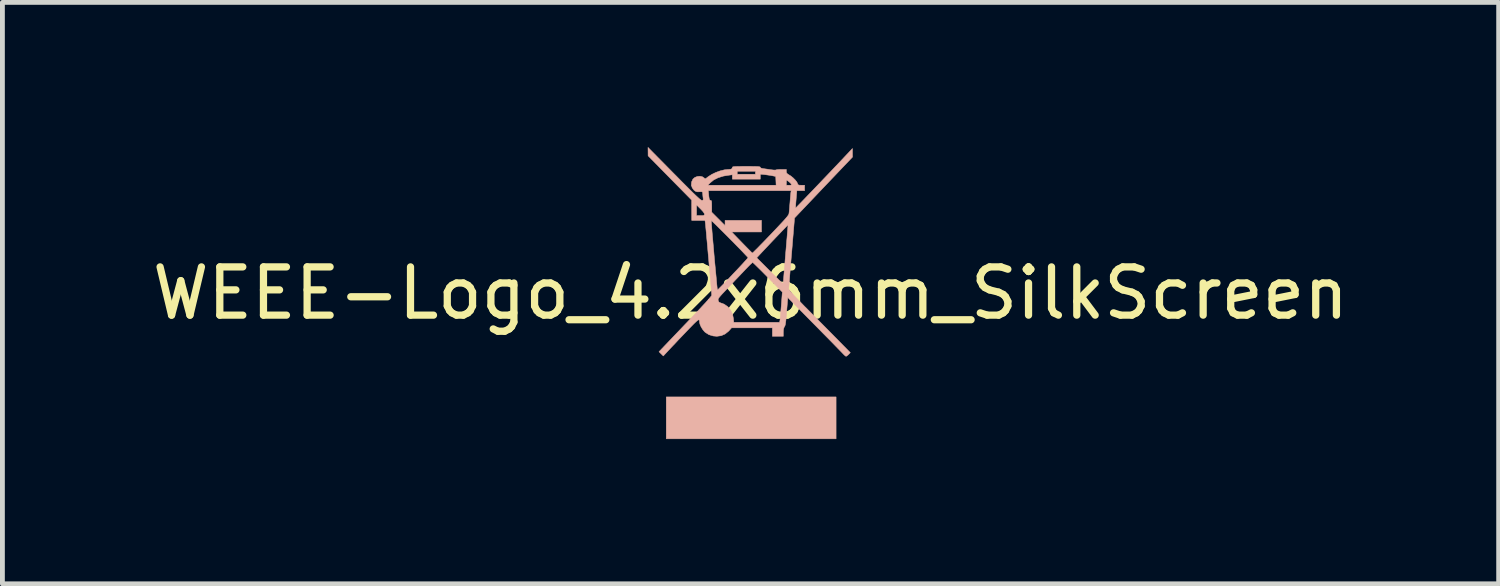
<source format=kicad_pcb>
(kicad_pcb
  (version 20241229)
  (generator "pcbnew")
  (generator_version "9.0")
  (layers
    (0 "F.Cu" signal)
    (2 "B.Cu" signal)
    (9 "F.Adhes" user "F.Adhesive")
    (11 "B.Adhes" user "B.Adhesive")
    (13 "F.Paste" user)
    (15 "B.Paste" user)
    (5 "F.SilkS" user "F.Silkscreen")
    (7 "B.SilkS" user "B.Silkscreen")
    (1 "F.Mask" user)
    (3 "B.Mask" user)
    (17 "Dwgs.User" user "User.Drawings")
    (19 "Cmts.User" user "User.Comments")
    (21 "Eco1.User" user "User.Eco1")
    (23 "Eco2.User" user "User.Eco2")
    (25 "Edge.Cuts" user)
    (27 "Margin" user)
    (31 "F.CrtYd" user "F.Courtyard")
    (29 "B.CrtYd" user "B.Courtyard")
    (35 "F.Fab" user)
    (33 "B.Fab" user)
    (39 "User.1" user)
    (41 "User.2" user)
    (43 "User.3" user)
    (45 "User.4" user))
  (footprint "WEEE-Logo_4.2x6mm_SilkScreen"
    (layer "F.Cu")
    (at 11.858 3.027)
    (property "Reference" "WEEE-Logo_4.2x6mm_SilkScreen" (at 0.648 0 0) (layer "F.SilkS") (effects (font (size 1 1) (thickness 0.15))))
    (attr exclude_from_pos_files exclude_from_bom allow_missing_courtyard)
    (fp_poly (pts (xy -1.099 3.018) (xy 2.421 3.018) (xy 2.421 2.15) (xy -1.099 2.15) (xy -1.099 3.018)) (stroke (width 0.01) (type solid)) (fill yes) (layer "B.SilkS"))
    (fp_poly (pts (xy -1.476 -2.935) (xy -1.475 -2.848) (xy -1.024 -2.389) (xy -0.572 -1.93) (xy -0.572 -1.72) (xy -0.571 -1.509) (xy -0.296 -1.509) (xy -0.289 -1.455) (xy -0.286 -1.431) (xy -0.282 -1.385) (xy -0.276 -1.321) (xy -0.268 -1.24) (xy -0.26 -1.146) (xy -0.25 -1.041) (xy -0.24 -0.929) (xy -0.23 -0.811) (xy -0.219 -0.692) (xy -0.209 -0.572) (xy -0.198 -0.456) (xy -0.189 -0.345) (xy -0.18 -0.243) (xy -0.172 -0.153) (xy -0.166 -0.076) (xy -0.161 -0.017) (xy -0.158 0.024) (xy -0.157 0.042) (xy -0.157 0.042) (xy -0.164 0.056) (xy -0.188 0.086) (xy -0.226 0.131) (xy -0.281 0.193) (xy -0.353 0.27) (xy -0.441 0.365) (xy -0.546 0.476) (xy -0.668 0.605) (xy -0.703 0.641) (xy -1.249 1.213) (xy -1.16 1.301) (xy -1.089 1.224) (xy -1.063 1.196) (xy -1.022 1.152) (xy -0.969 1.096) (xy -0.907 1.031) (xy -0.839 0.958) (xy -0.766 0.882) (xy -0.723 0.837) (xy -0.641 0.751) (xy -0.575 0.683) (xy -0.523 0.63) (xy -0.483 0.592) (xy -0.454 0.567) (xy -0.434 0.554) (xy -0.421 0.552) (xy -0.414 0.56) (xy -0.41 0.575) (xy -0.409 0.598) (xy -0.409 0.604) (xy -0.399 0.647) (xy -0.376 0.699) (xy -0.344 0.751) (xy -0.307 0.796) (xy -0.292 0.81) (xy -0.216 0.859) (xy -0.128 0.886) (xy -0.05 0.893) (xy 0.039 0.881) (xy 0.121 0.845) (xy 0.193 0.787) (xy 0.207 0.772) (xy 0.255 0.717) (xy 1.101 0.717) (xy 1.101 0.893) (xy 1.327 0.893) (xy 1.327 0.811) (xy 1.33 0.754) (xy 1.34 0.715) (xy 1.351 0.694) (xy 1.36 0.679) (xy 1.367 0.657) (xy 1.373 0.625) (xy 1.379 0.58) (xy 1.386 0.518) (xy 1.393 0.436) (xy 1.397 0.375) (xy 1.42 0.089) (xy 1.962 0.639) (xy 2.06 0.738) (xy 2.154 0.834) (xy 2.243 0.924) (xy 2.324 1.006) (xy 2.396 1.08) (xy 2.457 1.143) (xy 2.506 1.193) (xy 2.54 1.228) (xy 2.559 1.248) (xy 2.589 1.279) (xy 2.614 1.301) (xy 2.628 1.308) (xy 2.645 1.299) (xy 2.671 1.278) (xy 2.679 1.27) (xy 2.716 1.232) (xy 2.515 1.028) (xy 2.464 0.976) (xy 2.398 0.909) (xy 2.32 0.83) (xy 2.233 0.742) (xy 2.14 0.648) (xy 2.044 0.551) (xy 1.947 0.453) (xy 1.878 0.383) (xy 1.772 0.277) (xy 1.684 0.186) (xy 1.611 0.111) (xy 1.552 0.05) (xy 1.508 0.001) (xy 1.485 -0.024) (xy 1.307 -0.024) (xy 1.285 0.262) (xy 1.278 0.345) (xy 1.272 0.422) (xy 1.266 0.487) (xy 1.261 0.537) (xy 1.257 0.568) (xy 1.256 0.575) (xy 1.249 0.604) (xy 0.3 0.604) (xy 0.293 0.525) (xy 0.274 0.431) (xy 0.234 0.349) (xy 0.176 0.28) (xy 0.102 0.228) (xy 0.018 0.197) (xy -0.009 0.182) (xy -0.022 0.151) (xy -0.023 0.149) (xy -0.024 0.136) (xy -0.022 0.123) (xy -0.015 0.106) (xy 0.000416 0.084) (xy 0.025 0.055) (xy 0.061 0.015) (xy 0.111 -0.038) (xy 0.176 -0.107) (xy 0.18 -0.111) (xy 0.25 -0.184) (xy 0.324 -0.263) (xy 0.398 -0.34) (xy 0.466 -0.412) (xy 0.523 -0.472) (xy 0.535 -0.485) (xy 0.584 -0.536) (xy 0.627 -0.58) (xy 0.662 -0.613) (xy 0.685 -0.633) (xy 0.693 -0.637) (xy 0.704 -0.628) (xy 0.731 -0.603) (xy 0.771 -0.564) (xy 0.823 -0.513) (xy 0.884 -0.453) (xy 0.951 -0.385) (xy 1.006 -0.329) (xy 1.307 -0.024) (xy 1.485 -0.024) (xy 1.475 -0.036) (xy 1.454 -0.062) (xy 1.443 -0.08) (xy 1.44 -0.088) (xy 1.441 -0.106) (xy 1.444 -0.147) (xy 1.449 -0.208) (xy 1.455 -0.287) (xy 1.462 -0.382) (xy 1.471 -0.49) (xy 1.481 -0.609) (xy 1.491 -0.737) (xy 1.5 -0.839) (xy 1.548 -1.415) (xy 1.424 -1.415) (xy 1.424 -1.403) (xy 1.421 -1.368) (xy 1.417 -1.313) (xy 1.411 -1.24) (xy 1.404 -1.152) (xy 1.395 -1.052) (xy 1.386 -0.941) (xy 1.377 -0.836) (xy 1.367 -0.717) (xy 1.358 -0.604) (xy 1.349 -0.501) (xy 1.342 -0.41) (xy 1.336 -0.333) (xy 1.331 -0.274) (xy 1.328 -0.235) (xy 1.328 -0.22) (xy 1.326 -0.211) (xy 1.322 -0.207) (xy 1.312 -0.211) (xy 1.295 -0.223) (xy 1.269 -0.245) (xy 1.232 -0.28) (xy 1.183 -0.328) (xy 1.119 -0.391) (xy 1.052 -0.458) (xy 0.776 -0.734) (xy 0.778 -0.736) (xy 0.596 -0.736) (xy 0.587 -0.724) (xy 0.564 -0.697) (xy 0.528 -0.658) (xy 0.482 -0.607) (xy 0.428 -0.549) (xy 0.368 -0.485) (xy 0.305 -0.419) (xy 0.241 -0.351) (xy 0.179 -0.285) (xy 0.12 -0.224) (xy 0.067 -0.169) (xy 0.022 -0.124) (xy -0.012 -0.09) (xy -0.032 -0.07) (xy -0.038 -0.066) (xy -0.04 -0.079) (xy -0.044 -0.115) (xy -0.05 -0.171) (xy -0.057 -0.246) (xy -0.065 -0.337) (xy -0.075 -0.441) (xy -0.086 -0.557) (xy -0.098 -0.683) (xy -0.107 -0.784) (xy -0.118 -0.916) (xy -0.129 -1.039) (xy -0.139 -1.153) (xy -0.148 -1.255) (xy -0.155 -1.343) (xy -0.16 -1.413) (xy -0.164 -1.465) (xy -0.165 -1.496) (xy -0.165 -1.504) (xy -0.155 -1.497) (xy -0.13 -1.474) (xy -0.092 -1.438) (xy -0.043 -1.39) (xy 0.015 -1.332) (xy 0.08 -1.268) (xy 0.148 -1.2) (xy 0.219 -1.128) (xy 0.29 -1.057) (xy 0.358 -0.987) (xy 0.422 -0.922) (xy 0.479 -0.863) (xy 0.527 -0.812) (xy 0.564 -0.773) (xy 0.588 -0.747) (xy 0.596 -0.736) (xy 0.778 -0.736) (xy 0.879 -0.844) (xy 0.931 -0.9) (xy 0.99 -0.962) (xy 1.053 -1.029) (xy 1.117 -1.097) (xy 1.181 -1.164) (xy 1.243 -1.228) (xy 1.299 -1.287) (xy 1.347 -1.337) (xy 1.386 -1.377) (xy 1.412 -1.404) (xy 1.424 -1.415) (xy 1.424 -1.415) (xy 1.548 -1.415) (xy 1.56 -1.559) (xy 2.16 -2.191) (xy 2.761 -2.822) (xy 2.76 -2.911) (xy 2.76 -2.999) (xy 2.663 -2.895) (xy 2.609 -2.838) (xy 2.545 -2.77) (xy 2.472 -2.693) (xy 2.394 -2.611) (xy 2.311 -2.523) (xy 2.225 -2.433) (xy 2.138 -2.342) (xy 2.051 -2.251) (xy 1.967 -2.163) (xy 1.886 -2.079) (xy 1.812 -2.002) (xy 1.745 -1.932) (xy 1.687 -1.872) (xy 1.64 -1.824) (xy 1.606 -1.789) (xy 1.586 -1.77) (xy 1.582 -1.766) (xy 1.581 -1.779) (xy 1.583 -1.813) (xy 1.586 -1.862) (xy 1.591 -1.923) (xy 1.593 -1.947) (xy 1.608 -2.125) (xy 1.491 -2.125) (xy 1.485 -2.097) (xy 1.482 -2.074) (xy 1.478 -2.032) (xy 1.473 -1.976) (xy 1.468 -1.91) (xy 1.466 -1.886) (xy 1.46 -1.817) (xy 1.455 -1.752) (xy 1.45 -1.698) (xy 1.446 -1.662) (xy 1.445 -1.655) (xy 1.442 -1.642) (xy 1.435 -1.626) (xy 1.422 -1.606) (xy 1.402 -1.58) (xy 1.374 -1.547) (xy 1.336 -1.504) (xy 1.286 -1.45) (xy 1.223 -1.383) (xy 1.146 -1.301) (xy 1.067 -1.218) (xy 0.988 -1.136) (xy 0.915 -1.06) (xy 0.848 -0.992) (xy 0.791 -0.933) (xy 0.744 -0.887) (xy 0.71 -0.853) (xy 0.69 -0.835) (xy 0.686 -0.833) (xy 0.674 -0.842) (xy 0.648 -0.868) (xy 0.61 -0.906) (xy 0.562 -0.955) (xy 0.506 -1.012) (xy 0.466 -1.053) (xy 0.256 -1.27) (xy 0.875 -1.27) (xy 0.875 -1.509) (xy 0.12 -1.509) (xy 0.12 -1.402) (xy -0.018 -1.54) (xy -0.116 -1.638) (xy -0.307 -1.638) (xy -0.309 -1.623) (xy -0.318 -1.614) (xy -0.341 -1.61) (xy -0.382 -1.61) (xy -0.389 -1.61) (xy -0.471 -1.61) (xy -0.471 -1.829) (xy -0.389 -1.748) (xy -0.343 -1.699) (xy -0.315 -1.661) (xy -0.307 -1.638) (xy -0.116 -1.638) (xy -0.156 -1.678) (xy -0.156 -1.801) (xy -0.157 -1.858) (xy -0.159 -1.893) (xy -0.163 -1.913) (xy -0.17 -1.922) (xy -0.181 -1.924) (xy -0.193 -1.927) (xy -0.202 -1.937) (xy -0.209 -1.96) (xy -0.215 -1.998) (xy -0.221 -2.057) (xy -0.223 -2.078) (xy -0.227 -2.125) (xy 1.491 -2.125) (xy 1.608 -2.125) (xy 1.768 -2.125) (xy 1.768 -2.238) (xy 1.7 -2.238) (xy 1.66 -2.239) (xy 1.639 -2.245) (xy 1.636 -2.248) (xy 1.497 -2.248) (xy 1.49 -2.241) (xy 1.464 -2.238) (xy 1.447 -2.238) (xy 1.39 -2.238) (xy 1.178 -2.238) (xy -0.237 -2.238) (xy -0.189 -2.287) (xy -0.115 -2.348) (xy -0.023 -2.394) (xy 0.088 -2.428) (xy 0.199 -2.446) (xy 0.271 -2.455) (xy 0.271 -2.364) (xy 0.85 -2.364) (xy 0.85 -2.467) (xy 0.934 -2.459) (xy 0.994 -2.451) (xy 1.057 -2.442) (xy 1.095 -2.435) (xy 1.17 -2.42) (xy 1.174 -2.329) (xy 1.178 -2.238) (xy 1.39 -2.238) (xy 1.39 -2.289) (xy 1.392 -2.32) (xy 1.396 -2.338) (xy 1.398 -2.339) (xy 1.416 -2.331) (xy 1.444 -2.311) (xy 1.471 -2.287) (xy 1.49 -2.265) (xy 1.491 -2.262) (xy 1.497 -2.248) (xy 1.636 -2.248) (xy 1.628 -2.257) (xy 1.624 -2.27) (xy 1.607 -2.305) (xy 1.574 -2.347) (xy 1.53 -2.391) (xy 1.483 -2.429) (xy 1.451 -2.449) (xy 1.416 -2.471) (xy 1.397 -2.49) (xy 1.391 -2.511) (xy 1.39 -2.524) (xy 1.39 -2.527) (xy 0.749 -2.527) (xy 0.749 -2.465) (xy 0.372 -2.465) (xy 0.372 -2.527) (xy 0.749 -2.527) (xy 1.39 -2.527) (xy 1.39 -2.565) (xy 1.284 -2.565) (xy 1.236 -2.564) (xy 1.198 -2.561) (xy 1.177 -2.556) (xy 1.174 -2.555) (xy 1.161 -2.552) (xy 1.128 -2.553) (xy 1.082 -2.558) (xy 1.051 -2.562) (xy 0.994 -2.571) (xy 0.941 -2.578) (xy 0.902 -2.584) (xy 0.89 -2.586) (xy 0.86 -2.595) (xy 0.85 -2.61) (xy 0.846 -2.616) (xy 0.835 -2.62) (xy 0.812 -2.624) (xy 0.775 -2.626) (xy 0.721 -2.627) (xy 0.647 -2.628) (xy 0.56 -2.628) (xy 0.468 -2.628) (xy 0.397 -2.627) (xy 0.346 -2.626) (xy 0.311 -2.624) (xy 0.289 -2.621) (xy 0.277 -2.617) (xy 0.272 -2.611) (xy 0.271 -2.604) (xy 0.263 -2.582) (xy 0.238 -2.57) (xy 0.192 -2.565) (xy 0.184 -2.565) (xy 0.106 -2.557) (xy 0.018 -2.535) (xy -0.073 -2.502) (xy -0.158 -2.461) (xy -0.23 -2.414) (xy -0.24 -2.407) (xy -0.27 -2.383) (xy -0.288 -2.373) (xy -0.301 -2.377) (xy -0.314 -2.389) (xy -0.352 -2.414) (xy -0.402 -2.424) (xy -0.455 -2.419) (xy -0.505 -2.4) (xy -0.543 -2.368) (xy -0.546 -2.365) (xy -0.574 -2.305) (xy -0.579 -2.244) (xy -0.562 -2.186) (xy -0.523 -2.135) (xy -0.518 -2.131) (xy -0.49 -2.111) (xy -0.462 -2.102) (xy -0.422 -2.101) (xy -0.412 -2.102) (xy -0.373 -2.103) (xy -0.353 -2.1) (xy -0.346 -2.09) (xy -0.345 -2.081) (xy -0.343 -2.054) (xy -0.34 -2.014) (xy -0.337 -1.99) (xy -0.333 -1.952) (xy -0.335 -1.932) (xy -0.344 -1.925) (xy -0.361 -1.924) (xy -0.371 -1.927) (xy -0.387 -1.938) (xy -0.411 -1.956) (xy -0.443 -1.985) (xy -0.485 -2.024) (xy -0.538 -2.075) (xy -0.603 -2.139) (xy -0.681 -2.217) (xy -0.774 -2.31) (xy -0.882 -2.42) (xy -0.935 -2.473) (xy -1.477 -3.022) (xy -1.476 -2.935)) (stroke (width 0.01) (type solid)) (fill yes) (layer "B.SilkS")))
  (gr_rect
    (start -3 -3)
    (end 28.012 9.05)
    (stroke (width 0.1) (type default))
    (fill no)
    (layer "Edge.Cuts")))
</source>
